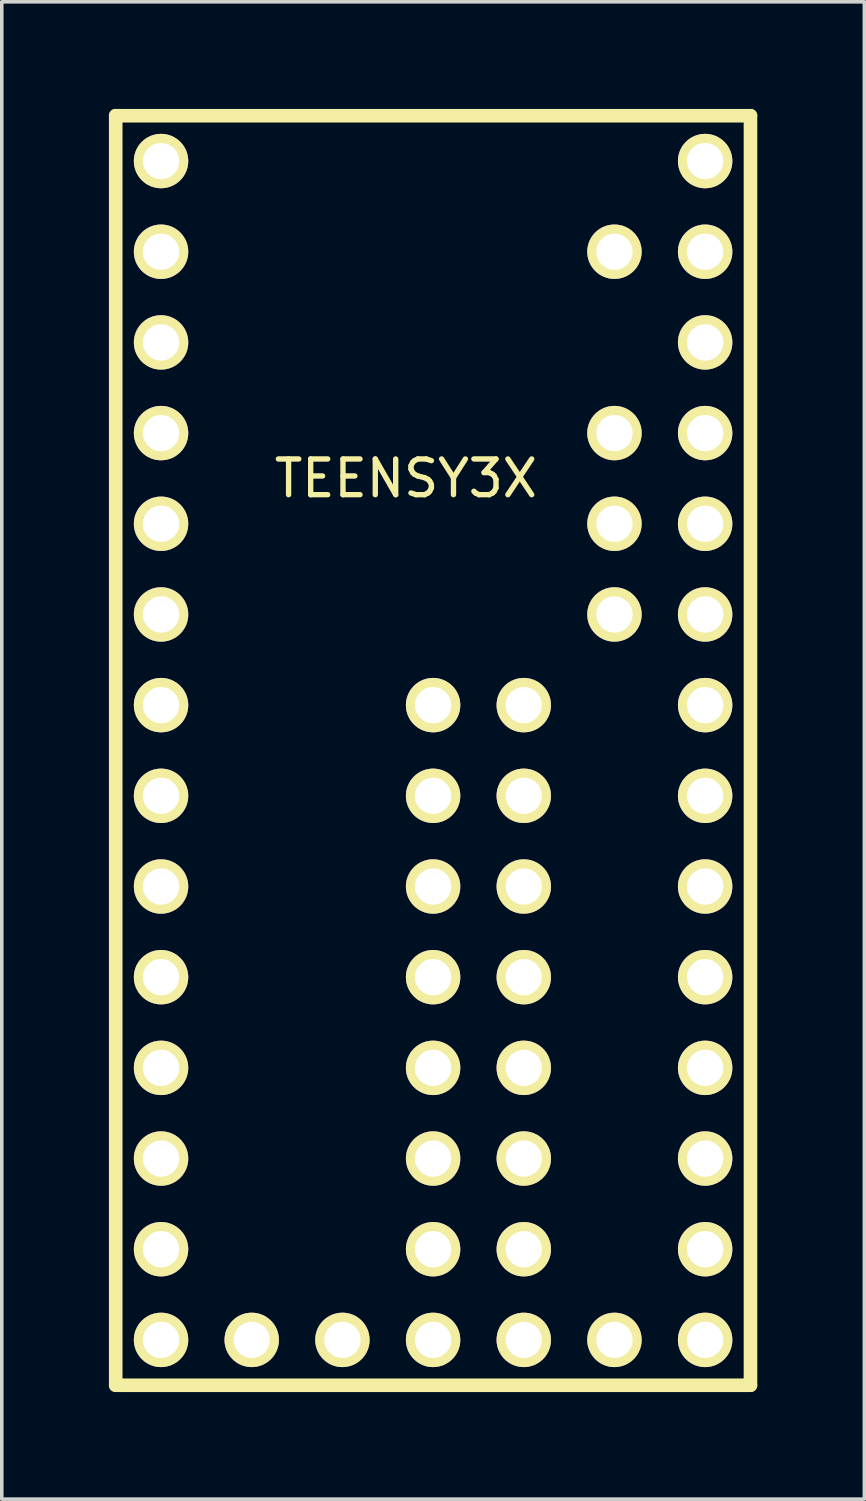
<source format=kicad_pcb>
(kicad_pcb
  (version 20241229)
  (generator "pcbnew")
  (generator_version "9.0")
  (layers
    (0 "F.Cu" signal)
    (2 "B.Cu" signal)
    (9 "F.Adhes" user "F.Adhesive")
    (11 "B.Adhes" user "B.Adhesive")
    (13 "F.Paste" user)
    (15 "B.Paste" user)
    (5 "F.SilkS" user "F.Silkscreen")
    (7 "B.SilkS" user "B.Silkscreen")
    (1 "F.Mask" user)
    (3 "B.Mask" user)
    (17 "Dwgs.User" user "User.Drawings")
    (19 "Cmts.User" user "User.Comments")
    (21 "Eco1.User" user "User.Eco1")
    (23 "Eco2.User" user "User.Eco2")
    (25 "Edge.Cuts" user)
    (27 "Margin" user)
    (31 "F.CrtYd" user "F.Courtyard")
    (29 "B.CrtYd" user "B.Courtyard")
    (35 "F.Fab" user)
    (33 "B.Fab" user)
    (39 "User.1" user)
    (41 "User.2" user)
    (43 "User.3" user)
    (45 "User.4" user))
  (footprint "TEENSY3X"
    (layer "F.Cu")
    (at 9.081 17.971)
    (property "Reference" "TEENSY3X" (at -0.762 -7.62 0) (layer "F.SilkS") (effects (font (size 1 1) (thickness 0.15))))
    (attr through_hole)
    (fp_line (start -8.89 -17.78) (end -8.89 17.78) (stroke (width 0.381) (type solid)) (layer "F.SilkS"))
    (fp_line (start -8.89 17.78) (end 8.89 17.78) (stroke (width 0.381) (type solid)) (layer "F.SilkS"))
    (fp_line (start 8.89 -17.78) (end -8.89 -17.78) (stroke (width 0.381) (type solid)) (layer "F.SilkS"))
    (fp_line (start 8.89 17.78) (end 8.89 -17.78) (stroke (width 0.381) (type solid)) (layer "F.SilkS"))
    (pad "1" thru_hole circle (at -7.62 -16.51) (size 1.524 1.524) (drill 1.016) (layers "*.Cu" "*.Mask" "F.SilkS"))
    (pad "2" thru_hole circle (at -7.62 -13.97) (size 1.524 1.524) (drill 1.016) (layers "*.Cu" "*.Mask" "F.SilkS"))
    (pad "3" thru_hole circle (at -7.62 -11.43) (size 1.524 1.524) (drill 1.016) (layers "*.Cu" "*.Mask" "F.SilkS"))
    (pad "4" thru_hole circle (at -7.62 -8.89) (size 1.524 1.524) (drill 1.016) (layers "*.Cu" "*.Mask" "F.SilkS"))
    (pad "5" thru_hole circle (at -7.62 -6.35) (size 1.524 1.524) (drill 1.016) (layers "*.Cu" "*.Mask" "F.SilkS"))
    (pad "6" thru_hole circle (at -7.62 -3.81) (size 1.524 1.524) (drill 1.016) (layers "*.Cu" "*.Mask" "F.SilkS"))
    (pad "7" thru_hole circle (at -7.62 -1.27) (size 1.524 1.524) (drill 1.016) (layers "*.Cu" "*.Mask" "F.SilkS"))
    (pad "8" thru_hole circle (at -7.62 1.27) (size 1.524 1.524) (drill 1.016) (layers "*.Cu" "*.Mask" "F.SilkS"))
    (pad "9" thru_hole circle (at -7.62 3.81) (size 1.524 1.524) (drill 1.016) (layers "*.Cu" "*.Mask" "F.SilkS"))
    (pad "10" thru_hole circle (at -7.62 6.35) (size 1.524 1.524) (drill 1.016) (layers "*.Cu" "*.Mask" "F.SilkS"))
    (pad "11" thru_hole circle (at -7.62 8.89) (size 1.524 1.524) (drill 1.016) (layers "*.Cu" "*.Mask" "F.SilkS"))
    (pad "12" thru_hole circle (at -7.62 11.43) (size 1.524 1.524) (drill 1.016) (layers "*.Cu" "*.Mask" "F.SilkS"))
    (pad "13" thru_hole circle (at -7.62 13.97) (size 1.524 1.524) (drill 1.016) (layers "*.Cu" "*.Mask" "F.SilkS"))
    (pad "14" thru_hole circle (at -7.62 16.51) (size 1.524 1.524) (drill 1.016) (layers "*.Cu" "*.Mask" "F.SilkS"))
    (pad "15" thru_hole circle (at -5.08 16.51) (size 1.524 1.524) (drill 1.016) (layers "*.Cu" "*.Mask" "F.SilkS"))
    (pad "16" thru_hole circle (at -2.54 16.51) (size 1.524 1.524) (drill 1.016) (layers "*.Cu" "*.Mask" "F.SilkS"))
    (pad "17" thru_hole circle (at 0 16.51) (size 1.524 1.524) (drill 1.016) (layers "*.Cu" "*.Mask" "F.SilkS"))
    (pad "18" thru_hole circle (at 2.54 16.51) (size 1.524 1.524) (drill 1.016) (layers "*.Cu" "*.Mask" "F.SilkS"))
    (pad "19" thru_hole circle (at 5.08 16.51) (size 1.524 1.524) (drill 1.016) (layers "*.Cu" "*.Mask" "F.SilkS"))
    (pad "20" thru_hole circle (at 7.62 16.51) (size 1.524 1.524) (drill 1.016) (layers "*.Cu" "*.Mask" "F.SilkS"))
    (pad "21" thru_hole circle (at 7.62 13.97) (size 1.524 1.524) (drill 1.016) (layers "*.Cu" "*.Mask" "F.SilkS"))
    (pad "22" thru_hole circle (at 7.62 11.43) (size 1.524 1.524) (drill 1.016) (layers "*.Cu" "*.Mask" "F.SilkS"))
    (pad "23" thru_hole circle (at 7.62 8.89) (size 1.524 1.524) (drill 1.016) (layers "*.Cu" "*.Mask" "F.SilkS"))
    (pad "24" thru_hole circle (at 7.62 6.35) (size 1.524 1.524) (drill 1.016) (layers "*.Cu" "*.Mask" "F.SilkS"))
    (pad "25" thru_hole circle (at 7.62 3.81) (size 1.524 1.524) (drill 1.016) (layers "*.Cu" "*.Mask" "F.SilkS"))
    (pad "26" thru_hole circle (at 7.62 1.27) (size 1.524 1.524) (drill 1.016) (layers "*.Cu" "*.Mask" "F.SilkS"))
    (pad "27" thru_hole circle (at 7.62 -1.27) (size 1.524 1.524) (drill 1.016) (layers "*.Cu" "*.Mask" "F.SilkS"))
    (pad "28" thru_hole circle (at 7.62 -3.81) (size 1.524 1.524) (drill 1.016) (layers "*.Cu" "*.Mask" "F.SilkS"))
    (pad "29" thru_hole circle (at 7.62 -6.35) (size 1.524 1.524) (drill 1.016) (layers "*.Cu" "*.Mask" "F.SilkS"))
    (pad "30" thru_hole circle (at 7.62 -8.89) (size 1.524 1.524) (drill 1.016) (layers "*.Cu" "*.Mask" "F.SilkS"))
    (pad "31" thru_hole circle (at 7.62 -11.43) (size 1.524 1.524) (drill 1.016) (layers "*.Cu" "*.Mask" "F.SilkS"))
    (pad "32" thru_hole circle (at 7.62 -13.97) (size 1.524 1.524) (drill 1.016) (layers "*.Cu" "*.Mask" "F.SilkS"))
    (pad "33" thru_hole circle (at 7.62 -16.51) (size 1.524 1.524) (drill 1.016) (layers "*.Cu" "*.Mask" "F.SilkS"))
    (pad "34" thru_hole circle (at 0 -1.27) (size 1.524 1.524) (drill 1.016) (layers "*.Cu" "*.Mask" "F.SilkS"))
    (pad "35" thru_hole circle (at 0 1.27) (size 1.524 1.524) (drill 1.016) (layers "*.Cu" "*.Mask" "F.SilkS"))
    (pad "36" thru_hole circle (at 0 3.81) (size 1.524 1.524) (drill 1.016) (layers "*.Cu" "*.Mask" "F.SilkS"))
    (pad "37" thru_hole circle (at 0 6.35) (size 1.524 1.524) (drill 1.016) (layers "*.Cu" "*.Mask" "F.SilkS"))
    (pad "38" thru_hole circle (at 0 8.89) (size 1.524 1.524) (drill 1.016) (layers "*.Cu" "*.Mask" "F.SilkS"))
    (pad "39" thru_hole circle (at 0 11.43) (size 1.524 1.524) (drill 1.016) (layers "*.Cu" "*.Mask" "F.SilkS"))
    (pad "40" thru_hole circle (at 0 13.97) (size 1.524 1.524) (drill 1.016) (layers "*.Cu" "*.Mask" "F.SilkS"))
    (pad "41" thru_hole circle (at 2.54 13.97) (size 1.524 1.524) (drill 1.016) (layers "*.Cu" "*.Mask" "F.SilkS"))
    (pad "42" thru_hole circle (at 2.54 11.43) (size 1.524 1.524) (drill 1.016) (layers "*.Cu" "*.Mask" "F.SilkS"))
    (pad "43" thru_hole circle (at 2.54 8.89) (size 1.524 1.524) (drill 1.016) (layers "*.Cu" "*.Mask" "F.SilkS"))
    (pad "44" thru_hole circle (at 2.54 6.35) (size 1.524 1.524) (drill 1.016) (layers "*.Cu" "*.Mask" "F.SilkS"))
    (pad "45" thru_hole circle (at 2.54 3.81) (size 1.524 1.524) (drill 1.016) (layers "*.Cu" "*.Mask" "F.SilkS"))
    (pad "46" thru_hole circle (at 2.54 1.27) (size 1.524 1.524) (drill 1.016) (layers "*.Cu" "*.Mask" "F.SilkS"))
    (pad "47" thru_hole circle (at 2.54 -1.27) (size 1.524 1.524) (drill 1.016) (layers "*.Cu" "*.Mask" "F.SilkS"))
    (pad "48" thru_hole circle (at 5.08 -3.81) (size 1.524 1.524) (drill 1.016) (layers "*.Cu" "*.Mask" "F.SilkS"))
    (pad "49" thru_hole circle (at 5.08 -6.35) (size 1.524 1.524) (drill 1.016) (layers "*.Cu" "*.Mask" "F.SilkS"))
    (pad "50" thru_hole circle (at 5.08 -8.89) (size 1.524 1.524) (drill 1.016) (layers "*.Cu" "*.Mask" "F.SilkS"))
    (pad "51" thru_hole circle (at 5.08 -13.97) (size 1.524 1.524) (drill 1.016) (layers "*.Cu" "*.Mask" "F.SilkS")))
  (gr_rect
    (start -3 -3)
    (end 21.161 38.941)
    (stroke (width 0.1) (type default))
    (fill no)
    (layer "Edge.Cuts")))
</source>
